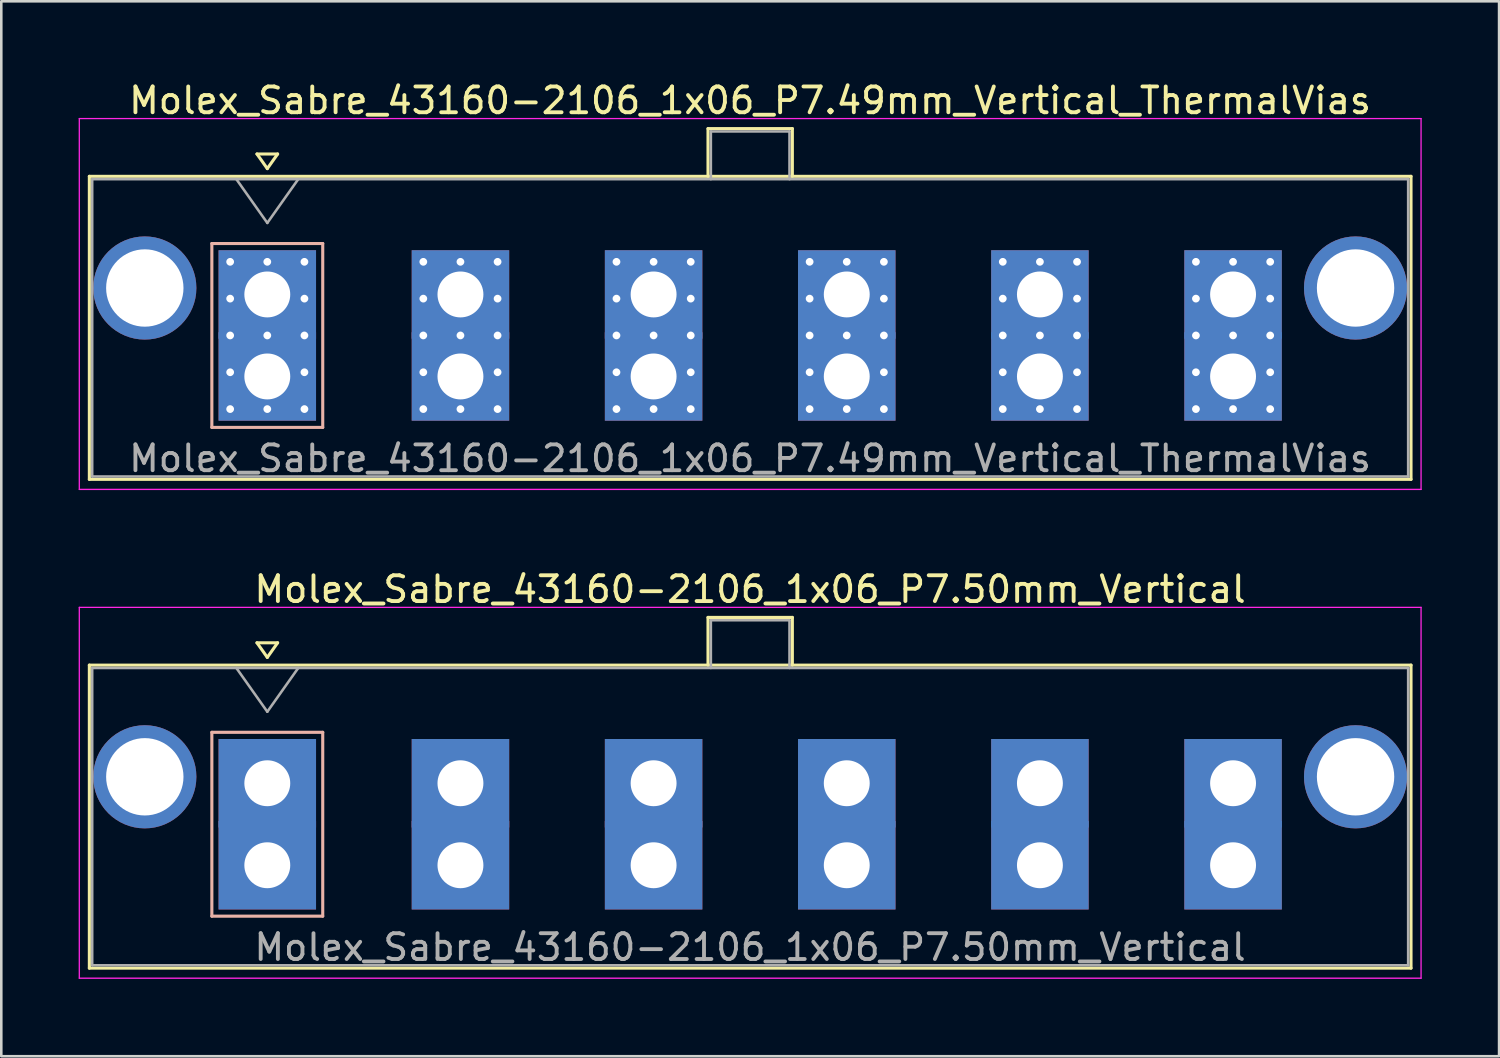
<source format=kicad_pcb>
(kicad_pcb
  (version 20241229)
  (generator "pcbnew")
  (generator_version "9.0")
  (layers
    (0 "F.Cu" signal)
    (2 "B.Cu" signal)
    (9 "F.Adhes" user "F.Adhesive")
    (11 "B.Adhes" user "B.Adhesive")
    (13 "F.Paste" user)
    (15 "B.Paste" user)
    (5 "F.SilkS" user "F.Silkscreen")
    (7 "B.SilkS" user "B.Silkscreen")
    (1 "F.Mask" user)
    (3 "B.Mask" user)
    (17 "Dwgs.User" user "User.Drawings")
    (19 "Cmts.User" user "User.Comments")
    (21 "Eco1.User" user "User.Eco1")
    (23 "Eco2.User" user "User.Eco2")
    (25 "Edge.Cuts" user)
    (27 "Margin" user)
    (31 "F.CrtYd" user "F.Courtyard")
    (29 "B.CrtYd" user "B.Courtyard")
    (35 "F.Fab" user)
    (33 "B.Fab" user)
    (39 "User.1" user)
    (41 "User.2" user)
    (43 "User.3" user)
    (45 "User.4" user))
  (footprint "Molex_Sabre_43160-2106_1x06_P7.49mm_Vertical_ThermalVias"
    (layer "F.Cu")
    (at 7.315 11.548)
    (property "Reference" "Molex_Sabre_43160-2106_1x06_P7.49mm_Vertical_ThermalVias" (at 18.72 -10.7 0) (layer "F.SilkS") (effects (font (size 1 1) (thickness 0.15))))
    (attr through_hole)
    (fp_line (start -6.9 -7.76) (end -6.9 3.99) (stroke (width 0.12) (type solid)) (layer "F.SilkS"))
    (fp_line (start -6.9 3.99) (end 44.35 3.99) (stroke (width 0.12) (type solid)) (layer "F.SilkS"))
    (fp_line (start -0.4 -8.626) (end 0 -8.06) (stroke (width 0.12) (type solid)) (layer "F.SilkS"))
    (fp_line (start 0 -8.06) (end 0.4 -8.626) (stroke (width 0.12) (type solid)) (layer "F.SilkS"))
    (fp_line (start 0.4 -8.626) (end -0.4 -8.626) (stroke (width 0.12) (type solid)) (layer "F.SilkS"))
    (fp_line (start 17.09 -9.61) (end 20.36 -9.61) (stroke (width 0.12) (type solid)) (layer "F.SilkS"))
    (fp_line (start 17.09 -7.76) (end 17.09 -9.61) (stroke (width 0.12) (type solid)) (layer "F.SilkS"))
    (fp_line (start 20.36 -9.61) (end 20.36 -7.76) (stroke (width 0.12) (type solid)) (layer "F.SilkS"))
    (fp_line (start 44.35 -7.76) (end -6.9 -7.76) (stroke (width 0.12) (type solid)) (layer "F.SilkS"))
    (fp_line (start 44.35 3.99) (end 44.35 -7.76) (stroke (width 0.12) (type solid)) (layer "F.SilkS"))
    (fp_line (start -2.15 -5.155) (end -2.15 1.975) (stroke (width 0.12) (type solid)) (layer "B.SilkS"))
    (fp_line (start -2.15 1.975) (end 2.15 1.975) (stroke (width 0.12) (type solid)) (layer "B.SilkS"))
    (fp_line (start 2.15 -5.155) (end -2.15 -5.155) (stroke (width 0.12) (type solid)) (layer "B.SilkS"))
    (fp_line (start 2.15 1.975) (end 2.15 -5.155) (stroke (width 0.12) (type solid)) (layer "B.SilkS"))
    (fp_line (start -7.29 -10) (end -7.29 4.38) (stroke (width 0.05) (type solid)) (layer "F.CrtYd"))
    (fp_line (start -7.29 4.38) (end 44.74 4.38) (stroke (width 0.05) (type solid)) (layer "F.CrtYd"))
    (fp_line (start 44.74 -10) (end -7.29 -10) (stroke (width 0.05) (type solid)) (layer "F.CrtYd"))
    (fp_line (start 44.74 4.38) (end 44.74 -10) (stroke (width 0.05) (type solid)) (layer "F.CrtYd"))
    (fp_line (start -6.79 -7.65) (end -6.79 3.88) (stroke (width 0.1) (type solid)) (layer "F.Fab"))
    (fp_line (start -6.79 3.88) (end 44.24 3.88) (stroke (width 0.1) (type solid)) (layer "F.Fab"))
    (fp_line (start -1.2 -7.65) (end 0 -5.953) (stroke (width 0.1) (type solid)) (layer "F.Fab"))
    (fp_line (start 0 -5.953) (end 1.2 -7.65) (stroke (width 0.1) (type solid)) (layer "F.Fab"))
    (fp_line (start 17.2 -9.5) (end 20.25 -9.5) (stroke (width 0.1) (type solid)) (layer "F.Fab"))
    (fp_line (start 17.2 -7.65) (end 17.2 -9.5) (stroke (width 0.1) (type solid)) (layer "F.Fab"))
    (fp_line (start 20.25 -9.5) (end 20.25 -7.65) (stroke (width 0.1) (type solid)) (layer "F.Fab"))
    (fp_line (start 44.24 -7.65) (end -6.79 -7.65) (stroke (width 0.1) (type solid)) (layer "F.Fab"))
    (fp_line (start 44.24 3.88) (end 44.24 -7.65) (stroke (width 0.1) (type solid)) (layer "F.Fab"))
    (fp_text user "${REFERENCE}" (at 18.72 3.18 0) (layer "F.Fab") (effects (font (size 1 1) (thickness 0.15))))
    (pad "" thru_hole circle (at -4.75 -3.43) (size 4 4) (drill 3) (layers "*.Cu" "*.Mask"))
    (pad "" thru_hole circle (at 42.2 -3.43) (size 4 4) (drill 3) (layers "*.Cu" "*.Mask"))
    (pad "1" thru_hole rect (at -1.44 -4.445) (size 0.6 0.6) (drill 0.3) (layers "*.Cu" "*.Mask"))
    (pad "1" thru_hole rect (at -1.44 -3.018) (size 0.6 0.6) (drill 0.3) (layers "*.Cu" "*.Mask"))
    (pad "1" thru_hole rect (at -1.44 -1.59) (size 0.6 0.6) (drill 0.3) (layers "*.Cu" "*.Mask"))
    (pad "1" thru_hole rect (at -1.44 -0.163) (size 0.6 0.6) (drill 0.3) (layers "*.Cu" "*.Mask"))
    (pad "1" thru_hole rect (at -1.44 1.265) (size 0.6 0.6) (drill 0.3) (layers "*.Cu" "*.Mask"))
    (pad "1" thru_hole rect (at 0 -4.445) (size 0.6 0.6) (drill 0.3) (layers "*.Cu" "*.Mask"))
    (pad "1" thru_hole rect (at 0 -3.18) (size 3.78 3.43) (drill 1.78) (layers "*.Cu" "*.Mask"))
    (pad "1" thru_hole rect (at 0 -1.59) (size 0.6 0.6) (drill 0.3) (layers "*.Cu" "*.Mask"))
    (pad "1" thru_hole rect (at 0 0) (size 3.78 3.43) (drill 1.78) (layers "*.Cu" "*.Mask"))
    (pad "1" thru_hole rect (at 0 1.265) (size 0.6 0.6) (drill 0.3) (layers "*.Cu" "*.Mask"))
    (pad "1" thru_hole rect (at 1.44 -4.445) (size 0.6 0.6) (drill 0.3) (layers "*.Cu" "*.Mask"))
    (pad "1" thru_hole rect (at 1.44 -3.018) (size 0.6 0.6) (drill 0.3) (layers "*.Cu" "*.Mask"))
    (pad "1" thru_hole rect (at 1.44 -1.59) (size 0.6 0.6) (drill 0.3) (layers "*.Cu" "*.Mask"))
    (pad "1" thru_hole rect (at 1.44 -0.163) (size 0.6 0.6) (drill 0.3) (layers "*.Cu" "*.Mask"))
    (pad "1" thru_hole rect (at 1.44 1.265) (size 0.6 0.6) (drill 0.3) (layers "*.Cu" "*.Mask"))
    (pad "2" thru_hole circle (at 6.05 -4.445) (size 0.6 0.6) (drill 0.3) (layers "*.Cu" "*.Mask"))
    (pad "2" thru_hole circle (at 6.05 -3.018) (size 0.6 0.6) (drill 0.3) (layers "*.Cu" "*.Mask"))
    (pad "2" thru_hole circle (at 6.05 -1.59) (size 0.6 0.6) (drill 0.3) (layers "*.Cu" "*.Mask"))
    (pad "2" thru_hole circle (at 6.05 -0.163) (size 0.6 0.6) (drill 0.3) (layers "*.Cu" "*.Mask"))
    (pad "2" thru_hole circle (at 6.05 1.265) (size 0.6 0.6) (drill 0.3) (layers "*.Cu" "*.Mask"))
    (pad "2" thru_hole circle (at 7.49 -4.445) (size 0.6 0.6) (drill 0.3) (layers "*.Cu" "*.Mask"))
    (pad "2" thru_hole rect (at 7.49 -3.18) (size 3.78 3.43) (drill 1.78) (layers "*.Cu" "*.Mask"))
    (pad "2" thru_hole circle (at 7.49 -1.59) (size 0.6 0.6) (drill 0.3) (layers "*.Cu" "*.Mask"))
    (pad "2" thru_hole rect (at 7.49 0) (size 3.78 3.43) (drill 1.78) (layers "*.Cu" "*.Mask"))
    (pad "2" thru_hole circle (at 7.49 1.265) (size 0.6 0.6) (drill 0.3) (layers "*.Cu" "*.Mask"))
    (pad "2" thru_hole circle (at 8.93 -4.445) (size 0.6 0.6) (drill 0.3) (layers "*.Cu" "*.Mask"))
    (pad "2" thru_hole circle (at 8.93 -3.018) (size 0.6 0.6) (drill 0.3) (layers "*.Cu" "*.Mask"))
    (pad "2" thru_hole circle (at 8.93 -1.59) (size 0.6 0.6) (drill 0.3) (layers "*.Cu" "*.Mask"))
    (pad "2" thru_hole circle (at 8.93 -0.163) (size 0.6 0.6) (drill 0.3) (layers "*.Cu" "*.Mask"))
    (pad "2" thru_hole circle (at 8.93 1.265) (size 0.6 0.6) (drill 0.3) (layers "*.Cu" "*.Mask"))
    (pad "3" thru_hole circle (at 13.54 -4.445) (size 0.6 0.6) (drill 0.3) (layers "*.Cu" "*.Mask"))
    (pad "3" thru_hole circle (at 13.54 -3.018) (size 0.6 0.6) (drill 0.3) (layers "*.Cu" "*.Mask"))
    (pad "3" thru_hole circle (at 13.54 -1.59) (size 0.6 0.6) (drill 0.3) (layers "*.Cu" "*.Mask"))
    (pad "3" thru_hole circle (at 13.54 -0.163) (size 0.6 0.6) (drill 0.3) (layers "*.Cu" "*.Mask"))
    (pad "3" thru_hole circle (at 13.54 1.265) (size 0.6 0.6) (drill 0.3) (layers "*.Cu" "*.Mask"))
    (pad "3" thru_hole circle (at 14.98 -4.445) (size 0.6 0.6) (drill 0.3) (layers "*.Cu" "*.Mask"))
    (pad "3" thru_hole rect (at 14.98 -3.18) (size 3.78 3.43) (drill 1.78) (layers "*.Cu" "*.Mask"))
    (pad "3" thru_hole circle (at 14.98 -1.59) (size 0.6 0.6) (drill 0.3) (layers "*.Cu" "*.Mask"))
    (pad "3" thru_hole rect (at 14.98 0) (size 3.78 3.43) (drill 1.78) (layers "*.Cu" "*.Mask"))
    (pad "3" thru_hole circle (at 14.98 1.265) (size 0.6 0.6) (drill 0.3) (layers "*.Cu" "*.Mask"))
    (pad "3" thru_hole circle (at 16.42 -4.445) (size 0.6 0.6) (drill 0.3) (layers "*.Cu" "*.Mask"))
    (pad "3" thru_hole circle (at 16.42 -3.018) (size 0.6 0.6) (drill 0.3) (layers "*.Cu" "*.Mask"))
    (pad "3" thru_hole circle (at 16.42 -1.59) (size 0.6 0.6) (drill 0.3) (layers "*.Cu" "*.Mask"))
    (pad "3" thru_hole circle (at 16.42 -0.163) (size 0.6 0.6) (drill 0.3) (layers "*.Cu" "*.Mask"))
    (pad "3" thru_hole circle (at 16.42 1.265) (size 0.6 0.6) (drill 0.3) (layers "*.Cu" "*.Mask"))
    (pad "4" thru_hole circle (at 21.03 -4.445) (size 0.6 0.6) (drill 0.3) (layers "*.Cu" "*.Mask"))
    (pad "4" thru_hole circle (at 21.03 -3.018) (size 0.6 0.6) (drill 0.3) (layers "*.Cu" "*.Mask"))
    (pad "4" thru_hole circle (at 21.03 -1.59) (size 0.6 0.6) (drill 0.3) (layers "*.Cu" "*.Mask"))
    (pad "4" thru_hole circle (at 21.03 -0.163) (size 0.6 0.6) (drill 0.3) (layers "*.Cu" "*.Mask"))
    (pad "4" thru_hole circle (at 21.03 1.265) (size 0.6 0.6) (drill 0.3) (layers "*.Cu" "*.Mask"))
    (pad "4" thru_hole circle (at 22.47 -4.445) (size 0.6 0.6) (drill 0.3) (layers "*.Cu" "*.Mask"))
    (pad "4" thru_hole rect (at 22.47 -3.18) (size 3.78 3.43) (drill 1.78) (layers "*.Cu" "*.Mask"))
    (pad "4" thru_hole circle (at 22.47 -1.59) (size 0.6 0.6) (drill 0.3) (layers "*.Cu" "*.Mask"))
    (pad "4" thru_hole rect (at 22.47 0) (size 3.78 3.43) (drill 1.78) (layers "*.Cu" "*.Mask"))
    (pad "4" thru_hole circle (at 22.47 1.265) (size 0.6 0.6) (drill 0.3) (layers "*.Cu" "*.Mask"))
    (pad "4" thru_hole circle (at 23.91 -4.445) (size 0.6 0.6) (drill 0.3) (layers "*.Cu" "*.Mask"))
    (pad "4" thru_hole circle (at 23.91 -3.018) (size 0.6 0.6) (drill 0.3) (layers "*.Cu" "*.Mask"))
    (pad "4" thru_hole circle (at 23.91 -1.59) (size 0.6 0.6) (drill 0.3) (layers "*.Cu" "*.Mask"))
    (pad "4" thru_hole circle (at 23.91 -0.163) (size 0.6 0.6) (drill 0.3) (layers "*.Cu" "*.Mask"))
    (pad "4" thru_hole circle (at 23.91 1.265) (size 0.6 0.6) (drill 0.3) (layers "*.Cu" "*.Mask"))
    (pad "5" thru_hole circle (at 28.52 -4.445) (size 0.6 0.6) (drill 0.3) (layers "*.Cu" "*.Mask"))
    (pad "5" thru_hole circle (at 28.52 -3.018) (size 0.6 0.6) (drill 0.3) (layers "*.Cu" "*.Mask"))
    (pad "5" thru_hole circle (at 28.52 -1.59) (size 0.6 0.6) (drill 0.3) (layers "*.Cu" "*.Mask"))
    (pad "5" thru_hole circle (at 28.52 -0.163) (size 0.6 0.6) (drill 0.3) (layers "*.Cu" "*.Mask"))
    (pad "5" thru_hole circle (at 28.52 1.265) (size 0.6 0.6) (drill 0.3) (layers "*.Cu" "*.Mask"))
    (pad "5" thru_hole circle (at 29.96 -4.445) (size 0.6 0.6) (drill 0.3) (layers "*.Cu" "*.Mask"))
    (pad "5" thru_hole rect (at 29.96 -3.18) (size 3.78 3.43) (drill 1.78) (layers "*.Cu" "*.Mask"))
    (pad "5" thru_hole circle (at 29.96 -1.59) (size 0.6 0.6) (drill 0.3) (layers "*.Cu" "*.Mask"))
    (pad "5" thru_hole rect (at 29.96 0) (size 3.78 3.43) (drill 1.78) (layers "*.Cu" "*.Mask"))
    (pad "5" thru_hole circle (at 29.96 1.265) (size 0.6 0.6) (drill 0.3) (layers "*.Cu" "*.Mask"))
    (pad "5" thru_hole circle (at 31.4 -4.445) (size 0.6 0.6) (drill 0.3) (layers "*.Cu" "*.Mask"))
    (pad "5" thru_hole circle (at 31.4 -3.018) (size 0.6 0.6) (drill 0.3) (layers "*.Cu" "*.Mask"))
    (pad "5" thru_hole circle (at 31.4 -1.59) (size 0.6 0.6) (drill 0.3) (layers "*.Cu" "*.Mask"))
    (pad "5" thru_hole circle (at 31.4 -0.163) (size 0.6 0.6) (drill 0.3) (layers "*.Cu" "*.Mask"))
    (pad "5" thru_hole circle (at 31.4 1.265) (size 0.6 0.6) (drill 0.3) (layers "*.Cu" "*.Mask"))
    (pad "6" thru_hole circle (at 36.01 -4.445) (size 0.6 0.6) (drill 0.3) (layers "*.Cu" "*.Mask"))
    (pad "6" thru_hole circle (at 36.01 -3.018) (size 0.6 0.6) (drill 0.3) (layers "*.Cu" "*.Mask"))
    (pad "6" thru_hole circle (at 36.01 -1.59) (size 0.6 0.6) (drill 0.3) (layers "*.Cu" "*.Mask"))
    (pad "6" thru_hole circle (at 36.01 -0.163) (size 0.6 0.6) (drill 0.3) (layers "*.Cu" "*.Mask"))
    (pad "6" thru_hole circle (at 36.01 1.265) (size 0.6 0.6) (drill 0.3) (layers "*.Cu" "*.Mask"))
    (pad "6" thru_hole circle (at 37.45 -4.445) (size 0.6 0.6) (drill 0.3) (layers "*.Cu" "*.Mask"))
    (pad "6" thru_hole rect (at 37.45 -3.18) (size 3.78 3.43) (drill 1.78) (layers "*.Cu" "*.Mask"))
    (pad "6" thru_hole circle (at 37.45 -1.59) (size 0.6 0.6) (drill 0.3) (layers "*.Cu" "*.Mask"))
    (pad "6" thru_hole rect (at 37.45 0) (size 3.78 3.43) (drill 1.78) (layers "*.Cu" "*.Mask"))
    (pad "6" thru_hole circle (at 37.45 1.265) (size 0.6 0.6) (drill 0.3) (layers "*.Cu" "*.Mask"))
    (pad "6" thru_hole circle (at 38.89 -4.445) (size 0.6 0.6) (drill 0.3) (layers "*.Cu" "*.Mask"))
    (pad "6" thru_hole circle (at 38.89 -3.018) (size 0.6 0.6) (drill 0.3) (layers "*.Cu" "*.Mask"))
    (pad "6" thru_hole circle (at 38.89 -1.59) (size 0.6 0.6) (drill 0.3) (layers "*.Cu" "*.Mask"))
    (pad "6" thru_hole circle (at 38.89 -0.163) (size 0.6 0.6) (drill 0.3) (layers "*.Cu" "*.Mask"))
    (pad "6" thru_hole circle (at 38.89 1.265) (size 0.6 0.6) (drill 0.3) (layers "*.Cu" "*.Mask")))
  (footprint "Molex_Sabre_43160-2106_1x06_P7.50mm_Vertical"
    (layer "F.Cu")
    (at 7.315 30.502)
    (property "Reference" "Molex_Sabre_43160-2106_1x06_P7.50mm_Vertical" (at 18.72 -10.7 0) (layer "F.SilkS") (effects (font (size 1 1) (thickness 0.15))))
    (attr through_hole)
    (fp_line (start -6.9 -7.76) (end -6.9 3.99) (stroke (width 0.12) (type solid)) (layer "F.SilkS"))
    (fp_line (start -6.9 3.99) (end 44.35 3.99) (stroke (width 0.12) (type solid)) (layer "F.SilkS"))
    (fp_line (start -0.4 -8.626) (end 0 -8.06) (stroke (width 0.12) (type solid)) (layer "F.SilkS"))
    (fp_line (start 0 -8.06) (end 0.4 -8.626) (stroke (width 0.12) (type solid)) (layer "F.SilkS"))
    (fp_line (start 0.4 -8.626) (end -0.4 -8.626) (stroke (width 0.12) (type solid)) (layer "F.SilkS"))
    (fp_line (start 17.09 -9.61) (end 20.36 -9.61) (stroke (width 0.12) (type solid)) (layer "F.SilkS"))
    (fp_line (start 17.09 -7.76) (end 17.09 -9.61) (stroke (width 0.12) (type solid)) (layer "F.SilkS"))
    (fp_line (start 20.36 -9.61) (end 20.36 -7.76) (stroke (width 0.12) (type solid)) (layer "F.SilkS"))
    (fp_line (start 44.35 -7.76) (end -6.9 -7.76) (stroke (width 0.12) (type solid)) (layer "F.SilkS"))
    (fp_line (start 44.35 3.99) (end 44.35 -7.76) (stroke (width 0.12) (type solid)) (layer "F.SilkS"))
    (fp_line (start -2.15 -5.155) (end -2.15 1.975) (stroke (width 0.12) (type solid)) (layer "B.SilkS"))
    (fp_line (start -2.15 1.975) (end 2.15 1.975) (stroke (width 0.12) (type solid)) (layer "B.SilkS"))
    (fp_line (start 2.15 -5.155) (end -2.15 -5.155) (stroke (width 0.12) (type solid)) (layer "B.SilkS"))
    (fp_line (start 2.15 1.975) (end 2.15 -5.155) (stroke (width 0.12) (type solid)) (layer "B.SilkS"))
    (fp_line (start -7.29 -10) (end -7.29 4.38) (stroke (width 0.05) (type solid)) (layer "F.CrtYd"))
    (fp_line (start -7.29 4.38) (end 44.74 4.38) (stroke (width 0.05) (type solid)) (layer "F.CrtYd"))
    (fp_line (start 44.74 -10) (end -7.29 -10) (stroke (width 0.05) (type solid)) (layer "F.CrtYd"))
    (fp_line (start 44.74 4.38) (end 44.74 -10) (stroke (width 0.05) (type solid)) (layer "F.CrtYd"))
    (fp_line (start -6.79 -7.65) (end -6.79 3.88) (stroke (width 0.1) (type solid)) (layer "F.Fab"))
    (fp_line (start -6.79 3.88) (end 44.24 3.88) (stroke (width 0.1) (type solid)) (layer "F.Fab"))
    (fp_line (start -1.2 -7.65) (end 0 -5.953) (stroke (width 0.1) (type solid)) (layer "F.Fab"))
    (fp_line (start 0 -5.953) (end 1.2 -7.65) (stroke (width 0.1) (type solid)) (layer "F.Fab"))
    (fp_line (start 17.2 -9.5) (end 20.25 -9.5) (stroke (width 0.1) (type solid)) (layer "F.Fab"))
    (fp_line (start 17.2 -7.65) (end 17.2 -9.5) (stroke (width 0.1) (type solid)) (layer "F.Fab"))
    (fp_line (start 20.25 -9.5) (end 20.25 -7.65) (stroke (width 0.1) (type solid)) (layer "F.Fab"))
    (fp_line (start 44.24 -7.65) (end -6.79 -7.65) (stroke (width 0.1) (type solid)) (layer "F.Fab"))
    (fp_line (start 44.24 3.88) (end 44.24 -7.65) (stroke (width 0.1) (type solid)) (layer "F.Fab"))
    (fp_text user "${REFERENCE}" (at 18.72 3.18 0) (layer "F.Fab") (effects (font (size 1 1) (thickness 0.15))))
    (pad "" thru_hole circle (at -4.75 -3.43) (size 4 4) (drill 3) (layers "*.Cu" "*.Mask"))
    (pad "" thru_hole circle (at 42.2 -3.43) (size 4 4) (drill 3) (layers "*.Cu" "*.Mask"))
    (pad "1" thru_hole rect (at 0 -3.18) (size 3.78 3.43) (drill 1.78) (layers "*.Cu" "*.Mask"))
    (pad "1" thru_hole rect (at 0 0) (size 3.78 3.43) (drill 1.78) (layers "*.Cu" "*.Mask"))
    (pad "2" thru_hole rect (at 7.49 -3.18) (size 3.78 3.43) (drill 1.78) (layers "*.Cu" "*.Mask"))
    (pad "2" thru_hole rect (at 7.49 0) (size 3.78 3.43) (drill 1.78) (layers "*.Cu" "*.Mask"))
    (pad "3" thru_hole rect (at 14.98 -3.18) (size 3.78 3.43) (drill 1.78) (layers "*.Cu" "*.Mask"))
    (pad "3" thru_hole rect (at 14.98 0) (size 3.78 3.43) (drill 1.78) (layers "*.Cu" "*.Mask"))
    (pad "4" thru_hole rect (at 22.47 -3.18) (size 3.78 3.43) (drill 1.78) (layers "*.Cu" "*.Mask"))
    (pad "4" thru_hole rect (at 22.47 0) (size 3.78 3.43) (drill 1.78) (layers "*.Cu" "*.Mask"))
    (pad "5" thru_hole rect (at 29.96 -3.18) (size 3.78 3.43) (drill 1.78) (layers "*.Cu" "*.Mask"))
    (pad "5" thru_hole rect (at 29.96 0) (size 3.78 3.43) (drill 1.78) (layers "*.Cu" "*.Mask"))
    (pad "6" thru_hole rect (at 37.45 -3.18) (size 3.78 3.43) (drill 1.78) (layers "*.Cu" "*.Mask"))
    (pad "6" thru_hole rect (at 37.45 0) (size 3.78 3.43) (drill 1.78) (layers "*.Cu" "*.Mask")))
  (gr_rect
    (start -3 -3)
    (end 55.08 37.907)
    (stroke (width 0.1) (type default))
    (fill no)
    (layer "Edge.Cuts")))
</source>
